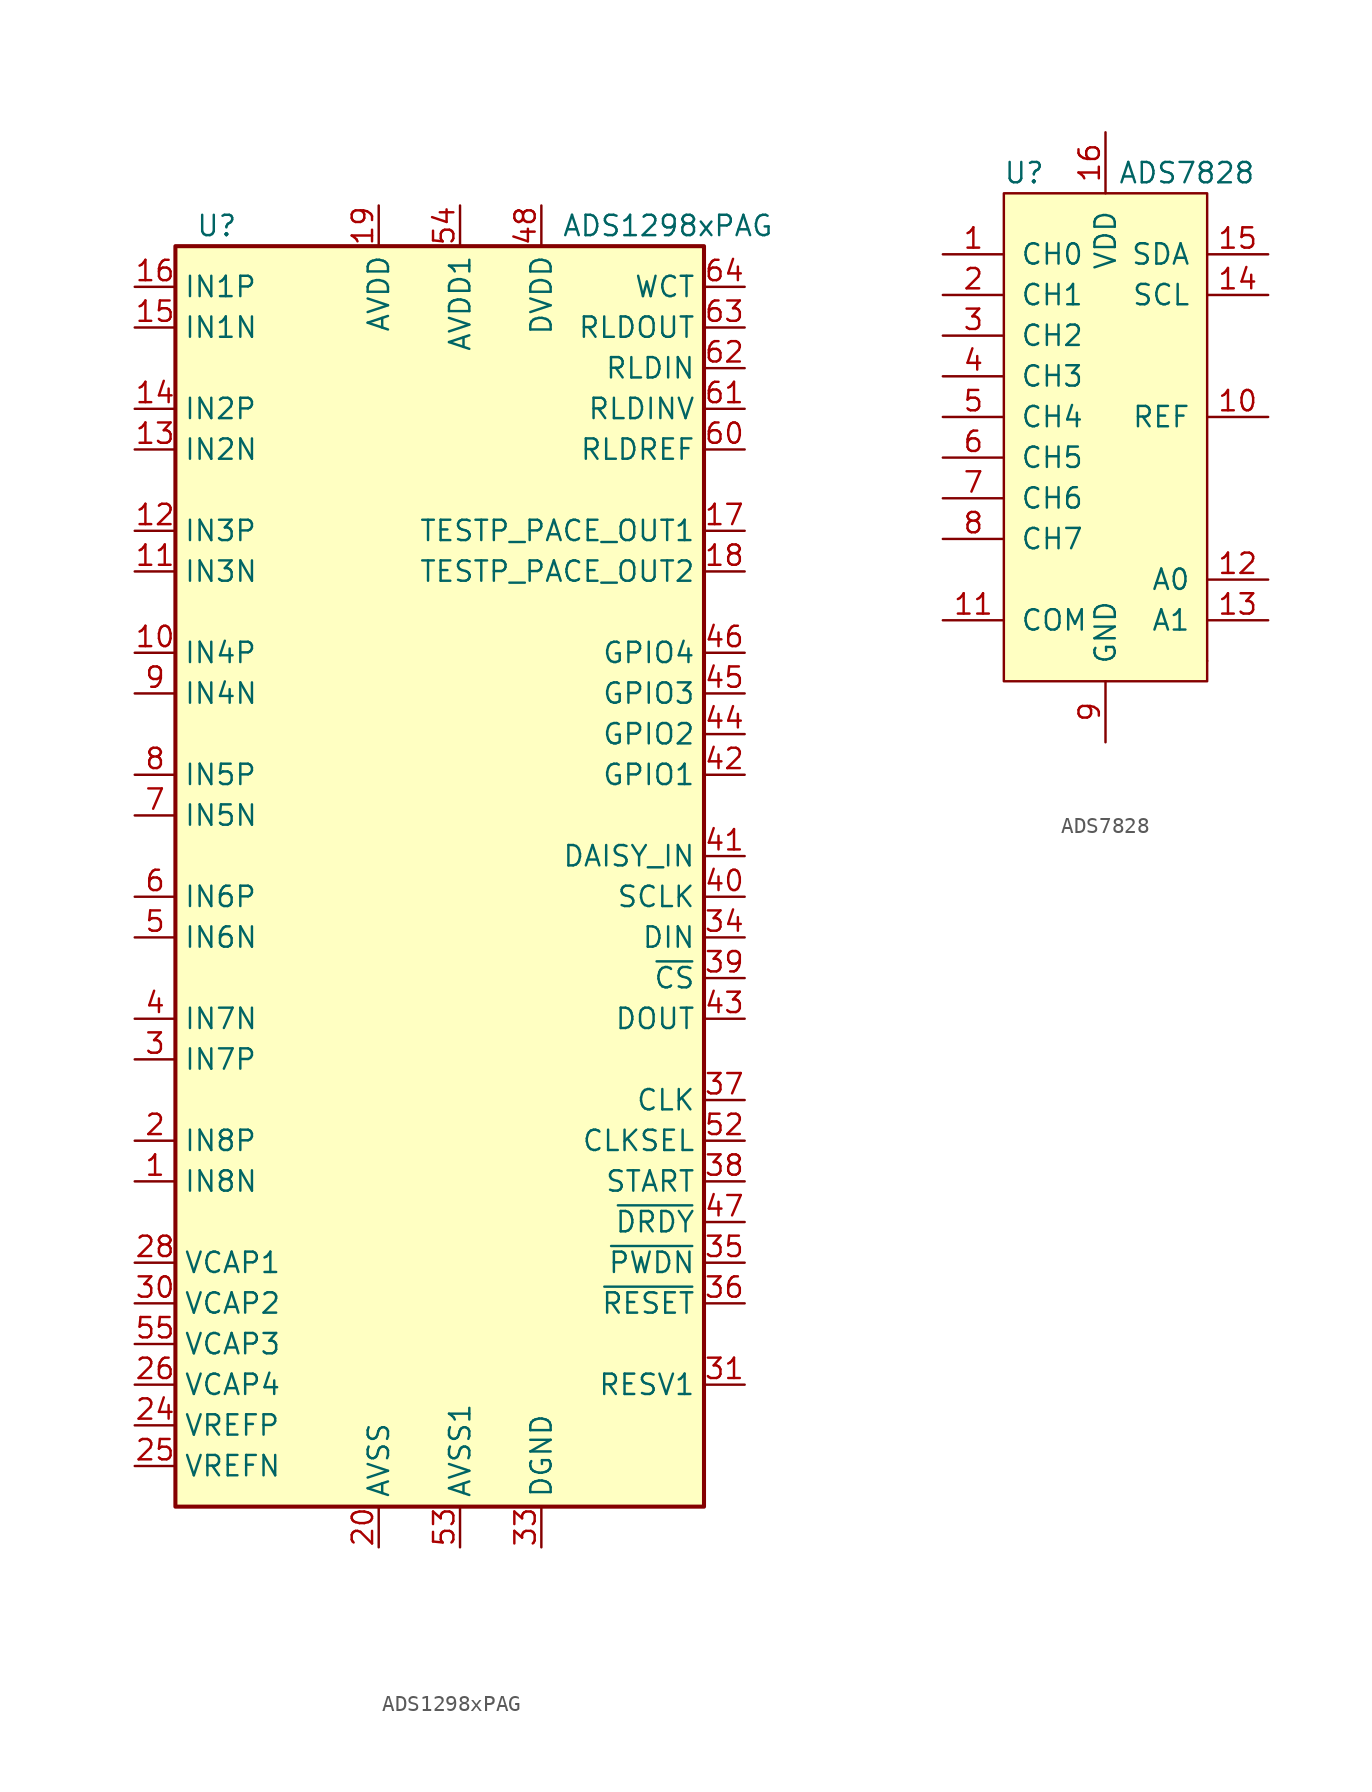
<source format=kicad_sym>
(kicad_symbol_lib
  (version 20200908)
  (generator kicad_symbol_editor)
  (symbol "Analog_ADC:ADS1298xPAG"
    (property "Reference" "U"
      (at -16.51 44.45 0)
      (effects (font (size 1.27 1.27)) (justify left)))
    (property "Value" "ADS1298xPAG"
      (at 6.35 44.45 0)
      (effects (font (size 1.27 1.27)) (justify left)))
    (symbol "ADS1298xPAG_0_1"
      (rectangle (start -17.78 43.18) (end 15.24 -35.56) (stroke (width 0.254)) (fill (type background))))
    (symbol "ADS1298xPAG_1_1"
      (pin input line (at -20.32 -15.24 0) (length 2.54) (name "IN8N" (effects (font (size 1.27 1.27)))) (number "1" (effects (font (size 1.27 1.27)))))
      (pin input line (at -20.32 17.78 0) (length 2.54) (name "IN4P" (effects (font (size 1.27 1.27)))) (number "10" (effects (font (size 1.27 1.27)))))
      (pin input line (at -20.32 22.86 0) (length 2.54) (name "IN3N" (effects (font (size 1.27 1.27)))) (number "11" (effects (font (size 1.27 1.27)))))
      (pin input line (at -20.32 25.4 0) (length 2.54) (name "IN3P" (effects (font (size 1.27 1.27)))) (number "12" (effects (font (size 1.27 1.27)))))
      (pin input line (at -20.32 30.48 0) (length 2.54) (name "IN2N" (effects (font (size 1.27 1.27)))) (number "13" (effects (font (size 1.27 1.27)))))
      (pin input line (at -20.32 33.02 0) (length 2.54) (name "IN2P" (effects (font (size 1.27 1.27)))) (number "14" (effects (font (size 1.27 1.27)))))
      (pin input line (at -20.32 38.1 0) (length 2.54) (name "IN1N" (effects (font (size 1.27 1.27)))) (number "15" (effects (font (size 1.27 1.27)))))
      (pin input line (at -20.32 40.64 0) (length 2.54) (name "IN1P" (effects (font (size 1.27 1.27)))) (number "16" (effects (font (size 1.27 1.27)))))
      (pin bidirectional line (at 17.78 25.4 180) (length 2.54) (name "TESTP_PACE_OUT1" (effects (font (size 1.27 1.27)))) (number "17" (effects (font (size 1.27 1.27)))))
      (pin bidirectional line (at 17.78 22.86 180) (length 2.54) (name "TESTP_PACE_OUT2" (effects (font (size 1.27 1.27)))) (number "18" (effects (font (size 1.27 1.27)))))
      (pin power_in line (at -5.08 45.72 270) (length 2.54) (name "AVDD" (effects (font (size 1.27 1.27)))) (number "19" (effects (font (size 1.27 1.27)))))
      (pin input line (at -20.32 -12.7 0) (length 2.54) (name "IN8P" (effects (font (size 1.27 1.27)))) (number "2" (effects (font (size 1.27 1.27)))))
      (pin power_in line (at -5.08 -38.1 90) (length 2.54) (name "AVSS" (effects (font (size 1.27 1.27)))) (number "20" (effects (font (size 1.27 1.27)))))
      (pin passive line (at -5.08 45.72 270) (length 2.54) hide (name "AVDD" (effects (font (size 1.27 1.27)))) (number "21" (effects (font (size 1.27 1.27)))))
      (pin passive line (at -5.08 45.72 270) (length 2.54) hide (name "AVDD" (effects (font (size 1.27 1.27)))) (number "22" (effects (font (size 1.27 1.27)))))
      (pin passive line (at -5.08 -38.1 90) (length 2.54) hide (name "AVSS" (effects (font (size 1.27 1.27)))) (number "23" (effects (font (size 1.27 1.27)))))
      (pin passive line (at -20.32 -30.48 0) (length 2.54) (name "VREFP" (effects (font (size 1.27 1.27)))) (number "24" (effects (font (size 1.27 1.27)))))
      (pin passive line (at -20.32 -33.02 0) (length 2.54) (name "VREFN" (effects (font (size 1.27 1.27)))) (number "25" (effects (font (size 1.27 1.27)))))
      (pin passive line (at -20.32 -27.94 0) (length 2.54) (name "VCAP4" (effects (font (size 1.27 1.27)))) (number "26" (effects (font (size 1.27 1.27)))))
      (pin unconnected line (at 15.24 -30.48 180) (length 2.54) hide (name "NC" (effects (font (size 1.27 1.27)))) (number "27" (effects (font (size 1.27 1.27)))))
      (pin passive line (at -20.32 -20.32 0) (length 2.54) (name "VCAP1" (effects (font (size 1.27 1.27)))) (number "28" (effects (font (size 1.27 1.27)))))
      (pin unconnected line (at 15.24 -33.02 180) (length 2.54) hide (name "NC" (effects (font (size 1.27 1.27)))) (number "29" (effects (font (size 1.27 1.27)))))
      (pin input line (at -20.32 -7.62 0) (length 2.54) (name "IN7P" (effects (font (size 1.27 1.27)))) (number "3" (effects (font (size 1.27 1.27)))))
      (pin passive line (at -20.32 -22.86 0) (length 2.54) (name "VCAP2" (effects (font (size 1.27 1.27)))) (number "30" (effects (font (size 1.27 1.27)))))
      (pin input line (at 17.78 -27.94 180) (length 2.54) (name "RESV1" (effects (font (size 1.27 1.27)))) (number "31" (effects (font (size 1.27 1.27)))))
      (pin passive line (at -5.08 -38.1 90) (length 2.54) hide (name "AVSS" (effects (font (size 1.27 1.27)))) (number "32" (effects (font (size 1.27 1.27)))))
      (pin power_in line (at 5.08 -38.1 90) (length 2.54) (name "DGND" (effects (font (size 1.27 1.27)))) (number "33" (effects (font (size 1.27 1.27)))))
      (pin input line (at 17.78 0 180) (length 2.54) (name "DIN" (effects (font (size 1.27 1.27)))) (number "34" (effects (font (size 1.27 1.27)))))
      (pin input line (at 17.78 -20.32 180) (length 2.54) (name "~PWDN" (effects (font (size 1.27 1.27)))) (number "35" (effects (font (size 1.27 1.27)))))
      (pin input line (at 17.78 -22.86 180) (length 2.54) (name "~RESET" (effects (font (size 1.27 1.27)))) (number "36" (effects (font (size 1.27 1.27)))))
      (pin bidirectional line (at 17.78 -10.16 180) (length 2.54) (name "CLK" (effects (font (size 1.27 1.27)))) (number "37" (effects (font (size 1.27 1.27)))))
      (pin input line (at 17.78 -15.24 180) (length 2.54) (name "START" (effects (font (size 1.27 1.27)))) (number "38" (effects (font (size 1.27 1.27)))))
      (pin input line (at 17.78 -2.54 180) (length 2.54) (name "~CS" (effects (font (size 1.27 1.27)))) (number "39" (effects (font (size 1.27 1.27)))))
      (pin input line (at -20.32 -5.08 0) (length 2.54) (name "IN7N" (effects (font (size 1.27 1.27)))) (number "4" (effects (font (size 1.27 1.27)))))
      (pin input line (at 17.78 2.54 180) (length 2.54) (name "SCLK" (effects (font (size 1.27 1.27)))) (number "40" (effects (font (size 1.27 1.27)))))
      (pin input line (at 17.78 5.08 180) (length 2.54) (name "DAISY_IN" (effects (font (size 1.27 1.27)))) (number "41" (effects (font (size 1.27 1.27)))))
      (pin bidirectional line (at 17.78 10.16 180) (length 2.54) (name "GPIO1" (effects (font (size 1.27 1.27)))) (number "42" (effects (font (size 1.27 1.27)))))
      (pin output line (at 17.78 -5.08 180) (length 2.54) (name "DOUT" (effects (font (size 1.27 1.27)))) (number "43" (effects (font (size 1.27 1.27)))))
      (pin bidirectional line (at 17.78 12.7 180) (length 2.54) (name "GPIO2" (effects (font (size 1.27 1.27)))) (number "44" (effects (font (size 1.27 1.27)))))
      (pin bidirectional line (at 17.78 15.24 180) (length 2.54) (name "GPIO3" (effects (font (size 1.27 1.27)))) (number "45" (effects (font (size 1.27 1.27)))))
      (pin bidirectional line (at 17.78 17.78 180) (length 2.54) (name "GPIO4" (effects (font (size 1.27 1.27)))) (number "46" (effects (font (size 1.27 1.27)))))
      (pin output line (at 17.78 -17.78 180) (length 2.54) (name "~DRDY" (effects (font (size 1.27 1.27)))) (number "47" (effects (font (size 1.27 1.27)))))
      (pin power_in line (at 5.08 45.72 270) (length 2.54) (name "DVDD" (effects (font (size 1.27 1.27)))) (number "48" (effects (font (size 1.27 1.27)))))
      (pin passive line (at 5.08 -38.1 90) (length 2.54) hide (name "DGND" (effects (font (size 1.27 1.27)))) (number "49" (effects (font (size 1.27 1.27)))))
      (pin input line (at -20.32 0 0) (length 2.54) (name "IN6N" (effects (font (size 1.27 1.27)))) (number "5" (effects (font (size 1.27 1.27)))))
      (pin passive line (at 5.08 45.72 270) (length 2.54) hide (name "DVDD" (effects (font (size 1.27 1.27)))) (number "50" (effects (font (size 1.27 1.27)))))
      (pin passive line (at 5.08 -38.1 90) (length 2.54) hide (name "DGND" (effects (font (size 1.27 1.27)))) (number "51" (effects (font (size 1.27 1.27)))))
      (pin input line (at 17.78 -12.7 180) (length 2.54) (name "CLKSEL" (effects (font (size 1.27 1.27)))) (number "52" (effects (font (size 1.27 1.27)))))
      (pin power_in line (at 0 -38.1 90) (length 2.54) (name "AVSS1" (effects (font (size 1.27 1.27)))) (number "53" (effects (font (size 1.27 1.27)))))
      (pin power_in line (at 0 45.72 270) (length 2.54) (name "AVDD1" (effects (font (size 1.27 1.27)))) (number "54" (effects (font (size 1.27 1.27)))))
      (pin passive line (at -20.32 -25.4 0) (length 2.54) (name "VCAP3" (effects (font (size 1.27 1.27)))) (number "55" (effects (font (size 1.27 1.27)))))
      (pin passive line (at -5.08 45.72 270) (length 2.54) hide (name "AVDD" (effects (font (size 1.27 1.27)))) (number "56" (effects (font (size 1.27 1.27)))))
      (pin passive line (at -5.08 -38.1 90) (length 2.54) hide (name "AVSS" (effects (font (size 1.27 1.27)))) (number "57" (effects (font (size 1.27 1.27)))))
      (pin passive line (at -5.08 -38.1 90) (length 2.54) hide (name "AVSS" (effects (font (size 1.27 1.27)))) (number "58" (effects (font (size 1.27 1.27)))))
      (pin passive line (at -5.08 45.72 270) (length 2.54) hide (name "AVDD" (effects (font (size 1.27 1.27)))) (number "59" (effects (font (size 1.27 1.27)))))
      (pin input line (at -20.32 2.54 0) (length 2.54) (name "IN6P" (effects (font (size 1.27 1.27)))) (number "6" (effects (font (size 1.27 1.27)))))
      (pin input line (at 17.78 30.48 180) (length 2.54) (name "RLDREF" (effects (font (size 1.27 1.27)))) (number "60" (effects (font (size 1.27 1.27)))))
      (pin input line (at 17.78 33.02 180) (length 2.54) (name "RLDINV" (effects (font (size 1.27 1.27)))) (number "61" (effects (font (size 1.27 1.27)))))
      (pin input line (at 17.78 35.56 180) (length 2.54) (name "RLDIN" (effects (font (size 1.27 1.27)))) (number "62" (effects (font (size 1.27 1.27)))))
      (pin output line (at 17.78 38.1 180) (length 2.54) (name "RLDOUT" (effects (font (size 1.27 1.27)))) (number "63" (effects (font (size 1.27 1.27)))))
      (pin output line (at 17.78 40.64 180) (length 2.54) (name "WCT" (effects (font (size 1.27 1.27)))) (number "64" (effects (font (size 1.27 1.27)))))
      (pin input line (at -20.32 7.62 0) (length 2.54) (name "IN5N" (effects (font (size 1.27 1.27)))) (number "7" (effects (font (size 1.27 1.27)))))
      (pin input line (at -20.32 10.16 0) (length 2.54) (name "IN5P" (effects (font (size 1.27 1.27)))) (number "8" (effects (font (size 1.27 1.27)))))
      (pin input line (at -20.32 15.24 0) (length 2.54) (name "IN4N" (effects (font (size 1.27 1.27)))) (number "9" (effects (font (size 1.27 1.27)))))))
  (symbol "Analog_ADC:ADS7828"
    (pin_names
      (offset 1.016))
    (property "Reference" "U"
      (at -5.08 15.24 0)
      (effects (font (size 1.27 1.27))))
    (property "Value" "ADS7828"
      (at 5.08 15.24 0)
      (effects (font (size 1.27 1.27))))
    (symbol "ADS7828_0_1"
      (rectangle (start -6.35 13.97) (end 6.35 -16.51) (stroke (width 0)) (fill (type background)))
      (rectangle (start 6.35 -15.24) (end 6.35 -15.24) (stroke (width 0)) (fill (type none))))
    (symbol "ADS7828_1_1"
      (pin input line (at -10.16 10.16 0) (length 3.81) (name "CH0" (effects (font (size 1.27 1.27)))) (number "1" (effects (font (size 1.27 1.27)))))
      (pin bidirectional line (at 10.16 0 180) (length 3.81) (name "REF" (effects (font (size 1.27 1.27)))) (number "10" (effects (font (size 1.27 1.27)))))
      (pin input line (at -10.16 -12.7 0) (length 3.81) (name "COM" (effects (font (size 1.27 1.27)))) (number "11" (effects (font (size 1.27 1.27)))))
      (pin input line (at 10.16 -10.16 180) (length 3.81) (name "A0" (effects (font (size 1.27 1.27)))) (number "12" (effects (font (size 1.27 1.27)))))
      (pin input line (at 10.16 -12.7 180) (length 3.81) (name "A1" (effects (font (size 1.27 1.27)))) (number "13" (effects (font (size 1.27 1.27)))))
      (pin input line (at 10.16 7.62 180) (length 3.81) (name "SCL" (effects (font (size 1.27 1.27)))) (number "14" (effects (font (size 1.27 1.27)))))
      (pin bidirectional line (at 10.16 10.16 180) (length 3.81) (name "SDA" (effects (font (size 1.27 1.27)))) (number "15" (effects (font (size 1.27 1.27)))))
      (pin power_in line (at 0 17.78 270) (length 3.81) (name "VDD" (effects (font (size 1.27 1.27)))) (number "16" (effects (font (size 1.27 1.27)))))
      (pin input line (at -10.16 7.62 0) (length 3.81) (name "CH1" (effects (font (size 1.27 1.27)))) (number "2" (effects (font (size 1.27 1.27)))))
      (pin input line (at -10.16 5.08 0) (length 3.81) (name "CH2" (effects (font (size 1.27 1.27)))) (number "3" (effects (font (size 1.27 1.27)))))
      (pin input line (at -10.16 2.54 0) (length 3.81) (name "CH3" (effects (font (size 1.27 1.27)))) (number "4" (effects (font (size 1.27 1.27)))))
      (pin input line (at -10.16 0 0) (length 3.81) (name "CH4" (effects (font (size 1.27 1.27)))) (number "5" (effects (font (size 1.27 1.27)))))
      (pin input line (at -10.16 -2.54 0) (length 3.81) (name "CH5" (effects (font (size 1.27 1.27)))) (number "6" (effects (font (size 1.27 1.27)))))
      (pin input line (at -10.16 -5.08 0) (length 3.81) (name "CH6" (effects (font (size 1.27 1.27)))) (number "7" (effects (font (size 1.27 1.27)))))
      (pin input line (at -10.16 -7.62 0) (length 3.81) (name "CH7" (effects (font (size 1.27 1.27)))) (number "8" (effects (font (size 1.27 1.27)))))
      (pin power_in line (at 0 -20.32 90) (length 3.81) (name "GND" (effects (font (size 1.27 1.27)))) (number "9" (effects (font (size 1.27 1.27))))))))
</source>
